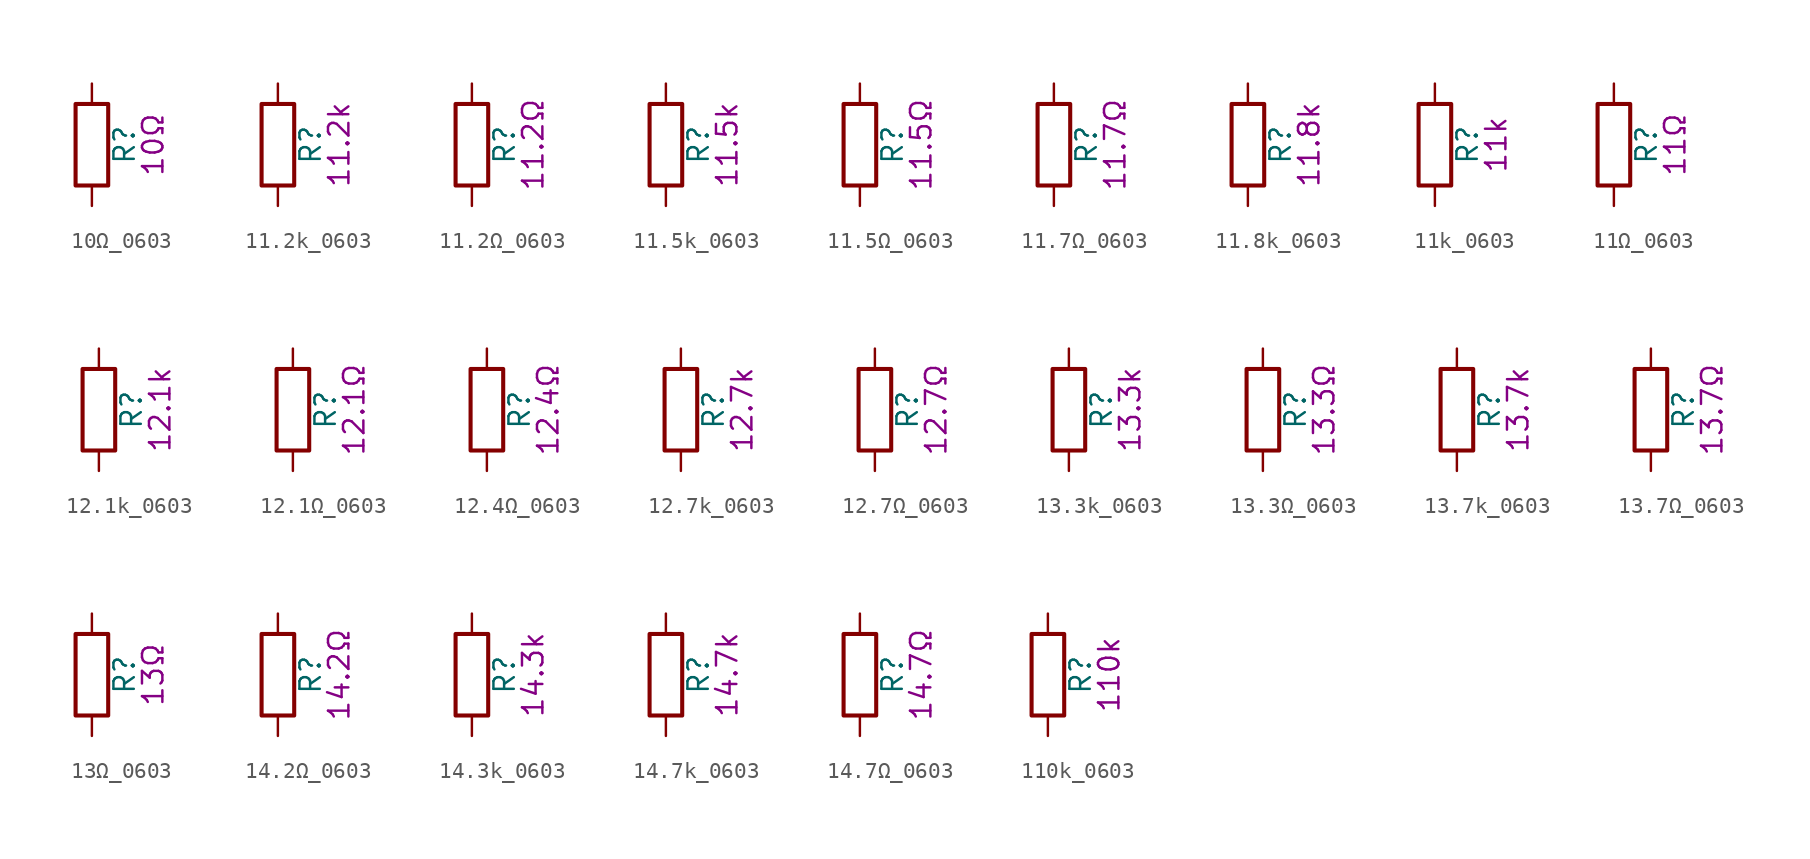
<source format=kicad_sym>
(kicad_symbol_lib
  (version 20211014)
  (generator kicad_symbol_editor)
  (symbol "10Ω_0603"
    (pin_numbers hide)
    (pin_names
      (offset 0))
    (property "Reference" "R"
      (at 2.032 0 90)
      (effects (font (size 1.27 1.27))))
    (property "Display" "10Ω"
      (at 3.81 0 90)
      (effects (font (size 1.27 1.27))))
    (symbol "10Ω_0603_0_1"
      (rectangle (start -1.016 -2.54) (end 1.016 2.54) (stroke (width 0.254) (type default) (color 0 0 0 0)) (fill (type none))))
    (symbol "10Ω_0603_1_1"
      (pin passive line (at 0 3.81 270) (length 1.27) (name "~" (effects (font (size 1.27 1.27)))) (number "1" (effects (font (size 1.27 1.27)))))
      (pin passive line (at 0 -3.81 90) (length 1.27) (name "~" (effects (font (size 1.27 1.27)))) (number "2" (effects (font (size 1.27 1.27)))))))
  (symbol "11.2k_0603"
    (pin_numbers hide)
    (pin_names
      (offset 0))
    (property "Reference" "R"
      (at 2.032 0 90)
      (effects (font (size 1.27 1.27))))
    (property "Display" "11.2k"
      (at 3.81 0 90)
      (effects (font (size 1.27 1.27))))
    (symbol "11.2k_0603_0_1"
      (rectangle (start -1.016 -2.54) (end 1.016 2.54) (stroke (width 0.254) (type default) (color 0 0 0 0)) (fill (type none))))
    (symbol "11.2k_0603_1_1"
      (pin passive line (at 0 3.81 270) (length 1.27) (name "~" (effects (font (size 1.27 1.27)))) (number "1" (effects (font (size 1.27 1.27)))))
      (pin passive line (at 0 -3.81 90) (length 1.27) (name "~" (effects (font (size 1.27 1.27)))) (number "2" (effects (font (size 1.27 1.27)))))))
  (symbol "11.2Ω_0603"
    (pin_numbers hide)
    (pin_names
      (offset 0))
    (property "Reference" "R"
      (at 2.032 0 90)
      (effects (font (size 1.27 1.27))))
    (property "Display" "11.2Ω"
      (at 3.81 0 90)
      (effects (font (size 1.27 1.27))))
    (symbol "11.2Ω_0603_0_1"
      (rectangle (start -1.016 -2.54) (end 1.016 2.54) (stroke (width 0.254) (type default) (color 0 0 0 0)) (fill (type none))))
    (symbol "11.2Ω_0603_1_1"
      (pin passive line (at 0 3.81 270) (length 1.27) (name "~" (effects (font (size 1.27 1.27)))) (number "1" (effects (font (size 1.27 1.27)))))
      (pin passive line (at 0 -3.81 90) (length 1.27) (name "~" (effects (font (size 1.27 1.27)))) (number "2" (effects (font (size 1.27 1.27)))))))
  (symbol "11.5k_0603"
    (pin_numbers hide)
    (pin_names
      (offset 0))
    (property "Reference" "R"
      (at 2.032 0 90)
      (effects (font (size 1.27 1.27))))
    (property "Display" "11.5k"
      (at 3.81 0 90)
      (effects (font (size 1.27 1.27))))
    (symbol "11.5k_0603_0_1"
      (rectangle (start -1.016 -2.54) (end 1.016 2.54) (stroke (width 0.254) (type default) (color 0 0 0 0)) (fill (type none))))
    (symbol "11.5k_0603_1_1"
      (pin passive line (at 0 3.81 270) (length 1.27) (name "~" (effects (font (size 1.27 1.27)))) (number "1" (effects (font (size 1.27 1.27)))))
      (pin passive line (at 0 -3.81 90) (length 1.27) (name "~" (effects (font (size 1.27 1.27)))) (number "2" (effects (font (size 1.27 1.27)))))))
  (symbol "11.5Ω_0603"
    (pin_numbers hide)
    (pin_names
      (offset 0))
    (property "Reference" "R"
      (at 2.032 0 90)
      (effects (font (size 1.27 1.27))))
    (property "Display" "11.5Ω"
      (at 3.81 0 90)
      (effects (font (size 1.27 1.27))))
    (symbol "11.5Ω_0603_0_1"
      (rectangle (start -1.016 -2.54) (end 1.016 2.54) (stroke (width 0.254) (type default) (color 0 0 0 0)) (fill (type none))))
    (symbol "11.5Ω_0603_1_1"
      (pin passive line (at 0 3.81 270) (length 1.27) (name "~" (effects (font (size 1.27 1.27)))) (number "1" (effects (font (size 1.27 1.27)))))
      (pin passive line (at 0 -3.81 90) (length 1.27) (name "~" (effects (font (size 1.27 1.27)))) (number "2" (effects (font (size 1.27 1.27)))))))
  (symbol "11.7Ω_0603"
    (pin_numbers hide)
    (pin_names
      (offset 0))
    (property "Reference" "R"
      (at 2.032 0 90)
      (effects (font (size 1.27 1.27))))
    (property "Display" "11.7Ω"
      (at 3.81 0 90)
      (effects (font (size 1.27 1.27))))
    (symbol "11.7Ω_0603_0_1"
      (rectangle (start -1.016 -2.54) (end 1.016 2.54) (stroke (width 0.254) (type default) (color 0 0 0 0)) (fill (type none))))
    (symbol "11.7Ω_0603_1_1"
      (pin passive line (at 0 3.81 270) (length 1.27) (name "~" (effects (font (size 1.27 1.27)))) (number "1" (effects (font (size 1.27 1.27)))))
      (pin passive line (at 0 -3.81 90) (length 1.27) (name "~" (effects (font (size 1.27 1.27)))) (number "2" (effects (font (size 1.27 1.27)))))))
  (symbol "11.8k_0603"
    (pin_numbers hide)
    (pin_names
      (offset 0))
    (property "Reference" "R"
      (at 2.032 0 90)
      (effects (font (size 1.27 1.27))))
    (property "Display" "11.8k"
      (at 3.81 0 90)
      (effects (font (size 1.27 1.27))))
    (symbol "11.8k_0603_0_1"
      (rectangle (start -1.016 -2.54) (end 1.016 2.54) (stroke (width 0.254) (type default) (color 0 0 0 0)) (fill (type none))))
    (symbol "11.8k_0603_1_1"
      (pin passive line (at 0 3.81 270) (length 1.27) (name "~" (effects (font (size 1.27 1.27)))) (number "1" (effects (font (size 1.27 1.27)))))
      (pin passive line (at 0 -3.81 90) (length 1.27) (name "~" (effects (font (size 1.27 1.27)))) (number "2" (effects (font (size 1.27 1.27)))))))
  (symbol "11k_0603"
    (pin_numbers hide)
    (pin_names
      (offset 0))
    (property "Reference" "R"
      (at 2.032 0 90)
      (effects (font (size 1.27 1.27))))
    (property "Display" "11k"
      (at 3.81 0 90)
      (effects (font (size 1.27 1.27))))
    (symbol "11k_0603_0_1"
      (rectangle (start -1.016 -2.54) (end 1.016 2.54) (stroke (width 0.254) (type default) (color 0 0 0 0)) (fill (type none))))
    (symbol "11k_0603_1_1"
      (pin passive line (at 0 3.81 270) (length 1.27) (name "~" (effects (font (size 1.27 1.27)))) (number "1" (effects (font (size 1.27 1.27)))))
      (pin passive line (at 0 -3.81 90) (length 1.27) (name "~" (effects (font (size 1.27 1.27)))) (number "2" (effects (font (size 1.27 1.27)))))))
  (symbol "11Ω_0603"
    (pin_numbers hide)
    (pin_names
      (offset 0))
    (property "Reference" "R"
      (at 2.032 0 90)
      (effects (font (size 1.27 1.27))))
    (property "Display" "11Ω"
      (at 3.81 0 90)
      (effects (font (size 1.27 1.27))))
    (symbol "11Ω_0603_0_1"
      (rectangle (start -1.016 -2.54) (end 1.016 2.54) (stroke (width 0.254) (type default) (color 0 0 0 0)) (fill (type none))))
    (symbol "11Ω_0603_1_1"
      (pin passive line (at 0 3.81 270) (length 1.27) (name "~" (effects (font (size 1.27 1.27)))) (number "1" (effects (font (size 1.27 1.27)))))
      (pin passive line (at 0 -3.81 90) (length 1.27) (name "~" (effects (font (size 1.27 1.27)))) (number "2" (effects (font (size 1.27 1.27)))))))
  (symbol "12.1k_0603"
    (pin_numbers hide)
    (pin_names
      (offset 0))
    (property "Reference" "R"
      (at 2.032 0 90)
      (effects (font (size 1.27 1.27))))
    (property "Display" "12.1k"
      (at 3.81 0 90)
      (effects (font (size 1.27 1.27))))
    (symbol "12.1k_0603_0_1"
      (rectangle (start -1.016 -2.54) (end 1.016 2.54) (stroke (width 0.254) (type default) (color 0 0 0 0)) (fill (type none))))
    (symbol "12.1k_0603_1_1"
      (pin passive line (at 0 3.81 270) (length 1.27) (name "~" (effects (font (size 1.27 1.27)))) (number "1" (effects (font (size 1.27 1.27)))))
      (pin passive line (at 0 -3.81 90) (length 1.27) (name "~" (effects (font (size 1.27 1.27)))) (number "2" (effects (font (size 1.27 1.27)))))))
  (symbol "12.1Ω_0603"
    (pin_numbers hide)
    (pin_names
      (offset 0))
    (property "Reference" "R"
      (at 2.032 0 90)
      (effects (font (size 1.27 1.27))))
    (property "Display" "12.1Ω"
      (at 3.81 0 90)
      (effects (font (size 1.27 1.27))))
    (symbol "12.1Ω_0603_0_1"
      (rectangle (start -1.016 -2.54) (end 1.016 2.54) (stroke (width 0.254) (type default) (color 0 0 0 0)) (fill (type none))))
    (symbol "12.1Ω_0603_1_1"
      (pin passive line (at 0 3.81 270) (length 1.27) (name "~" (effects (font (size 1.27 1.27)))) (number "1" (effects (font (size 1.27 1.27)))))
      (pin passive line (at 0 -3.81 90) (length 1.27) (name "~" (effects (font (size 1.27 1.27)))) (number "2" (effects (font (size 1.27 1.27)))))))
  (symbol "12.4Ω_0603"
    (pin_numbers hide)
    (pin_names
      (offset 0))
    (property "Reference" "R"
      (at 2.032 0 90)
      (effects (font (size 1.27 1.27))))
    (property "Display" "12.4Ω"
      (at 3.81 0 90)
      (effects (font (size 1.27 1.27))))
    (symbol "12.4Ω_0603_0_1"
      (rectangle (start -1.016 -2.54) (end 1.016 2.54) (stroke (width 0.254) (type default) (color 0 0 0 0)) (fill (type none))))
    (symbol "12.4Ω_0603_1_1"
      (pin passive line (at 0 3.81 270) (length 1.27) (name "~" (effects (font (size 1.27 1.27)))) (number "1" (effects (font (size 1.27 1.27)))))
      (pin passive line (at 0 -3.81 90) (length 1.27) (name "~" (effects (font (size 1.27 1.27)))) (number "2" (effects (font (size 1.27 1.27)))))))
  (symbol "12.7k_0603"
    (pin_numbers hide)
    (pin_names
      (offset 0))
    (property "Reference" "R"
      (at 2.032 0 90)
      (effects (font (size 1.27 1.27))))
    (property "Display" "12.7k"
      (at 3.81 0 90)
      (effects (font (size 1.27 1.27))))
    (symbol "12.7k_0603_0_1"
      (rectangle (start -1.016 -2.54) (end 1.016 2.54) (stroke (width 0.254) (type default) (color 0 0 0 0)) (fill (type none))))
    (symbol "12.7k_0603_1_1"
      (pin passive line (at 0 3.81 270) (length 1.27) (name "~" (effects (font (size 1.27 1.27)))) (number "1" (effects (font (size 1.27 1.27)))))
      (pin passive line (at 0 -3.81 90) (length 1.27) (name "~" (effects (font (size 1.27 1.27)))) (number "2" (effects (font (size 1.27 1.27)))))))
  (symbol "12.7Ω_0603"
    (pin_numbers hide)
    (pin_names
      (offset 0))
    (property "Reference" "R"
      (at 2.032 0 90)
      (effects (font (size 1.27 1.27))))
    (property "Display" "12.7Ω"
      (at 3.81 0 90)
      (effects (font (size 1.27 1.27))))
    (symbol "12.7Ω_0603_0_1"
      (rectangle (start -1.016 -2.54) (end 1.016 2.54) (stroke (width 0.254) (type default) (color 0 0 0 0)) (fill (type none))))
    (symbol "12.7Ω_0603_1_1"
      (pin passive line (at 0 3.81 270) (length 1.27) (name "~" (effects (font (size 1.27 1.27)))) (number "1" (effects (font (size 1.27 1.27)))))
      (pin passive line (at 0 -3.81 90) (length 1.27) (name "~" (effects (font (size 1.27 1.27)))) (number "2" (effects (font (size 1.27 1.27)))))))
  (symbol "13.3k_0603"
    (pin_numbers hide)
    (pin_names
      (offset 0))
    (property "Reference" "R"
      (at 2.032 0 90)
      (effects (font (size 1.27 1.27))))
    (property "Display" "13.3k"
      (at 3.81 0 90)
      (effects (font (size 1.27 1.27))))
    (symbol "13.3k_0603_0_1"
      (rectangle (start -1.016 -2.54) (end 1.016 2.54) (stroke (width 0.254) (type default) (color 0 0 0 0)) (fill (type none))))
    (symbol "13.3k_0603_1_1"
      (pin passive line (at 0 3.81 270) (length 1.27) (name "~" (effects (font (size 1.27 1.27)))) (number "1" (effects (font (size 1.27 1.27)))))
      (pin passive line (at 0 -3.81 90) (length 1.27) (name "~" (effects (font (size 1.27 1.27)))) (number "2" (effects (font (size 1.27 1.27)))))))
  (symbol "13.3Ω_0603"
    (pin_numbers hide)
    (pin_names
      (offset 0))
    (property "Reference" "R"
      (at 2.032 0 90)
      (effects (font (size 1.27 1.27))))
    (property "Display" "13.3Ω"
      (at 3.81 0 90)
      (effects (font (size 1.27 1.27))))
    (symbol "13.3Ω_0603_0_1"
      (rectangle (start -1.016 -2.54) (end 1.016 2.54) (stroke (width 0.254) (type default) (color 0 0 0 0)) (fill (type none))))
    (symbol "13.3Ω_0603_1_1"
      (pin passive line (at 0 3.81 270) (length 1.27) (name "~" (effects (font (size 1.27 1.27)))) (number "1" (effects (font (size 1.27 1.27)))))
      (pin passive line (at 0 -3.81 90) (length 1.27) (name "~" (effects (font (size 1.27 1.27)))) (number "2" (effects (font (size 1.27 1.27)))))))
  (symbol "13.7k_0603"
    (pin_numbers hide)
    (pin_names
      (offset 0))
    (property "Reference" "R"
      (at 2.032 0 90)
      (effects (font (size 1.27 1.27))))
    (property "Display" "13.7k"
      (at 3.81 0 90)
      (effects (font (size 1.27 1.27))))
    (symbol "13.7k_0603_0_1"
      (rectangle (start -1.016 -2.54) (end 1.016 2.54) (stroke (width 0.254) (type default) (color 0 0 0 0)) (fill (type none))))
    (symbol "13.7k_0603_1_1"
      (pin passive line (at 0 3.81 270) (length 1.27) (name "~" (effects (font (size 1.27 1.27)))) (number "1" (effects (font (size 1.27 1.27)))))
      (pin passive line (at 0 -3.81 90) (length 1.27) (name "~" (effects (font (size 1.27 1.27)))) (number "2" (effects (font (size 1.27 1.27)))))))
  (symbol "13.7Ω_0603"
    (pin_numbers hide)
    (pin_names
      (offset 0))
    (property "Reference" "R"
      (at 2.032 0 90)
      (effects (font (size 1.27 1.27))))
    (property "Display" "13.7Ω"
      (at 3.81 0 90)
      (effects (font (size 1.27 1.27))))
    (symbol "13.7Ω_0603_0_1"
      (rectangle (start -1.016 -2.54) (end 1.016 2.54) (stroke (width 0.254) (type default) (color 0 0 0 0)) (fill (type none))))
    (symbol "13.7Ω_0603_1_1"
      (pin passive line (at 0 3.81 270) (length 1.27) (name "~" (effects (font (size 1.27 1.27)))) (number "1" (effects (font (size 1.27 1.27)))))
      (pin passive line (at 0 -3.81 90) (length 1.27) (name "~" (effects (font (size 1.27 1.27)))) (number "2" (effects (font (size 1.27 1.27)))))))
  (symbol "13Ω_0603"
    (pin_numbers hide)
    (pin_names
      (offset 0))
    (property "Reference" "R"
      (at 2.032 0 90)
      (effects (font (size 1.27 1.27))))
    (property "Display" "13Ω"
      (at 3.81 0 90)
      (effects (font (size 1.27 1.27))))
    (symbol "13Ω_0603_0_1"
      (rectangle (start -1.016 -2.54) (end 1.016 2.54) (stroke (width 0.254) (type default) (color 0 0 0 0)) (fill (type none))))
    (symbol "13Ω_0603_1_1"
      (pin passive line (at 0 3.81 270) (length 1.27) (name "~" (effects (font (size 1.27 1.27)))) (number "1" (effects (font (size 1.27 1.27)))))
      (pin passive line (at 0 -3.81 90) (length 1.27) (name "~" (effects (font (size 1.27 1.27)))) (number "2" (effects (font (size 1.27 1.27)))))))
  (symbol "14.2Ω_0603"
    (pin_numbers hide)
    (pin_names
      (offset 0))
    (property "Reference" "R"
      (at 2.032 0 90)
      (effects (font (size 1.27 1.27))))
    (property "Display" "14.2Ω"
      (at 3.81 0 90)
      (effects (font (size 1.27 1.27))))
    (symbol "14.2Ω_0603_0_1"
      (rectangle (start -1.016 -2.54) (end 1.016 2.54) (stroke (width 0.254) (type default) (color 0 0 0 0)) (fill (type none))))
    (symbol "14.2Ω_0603_1_1"
      (pin passive line (at 0 3.81 270) (length 1.27) (name "~" (effects (font (size 1.27 1.27)))) (number "1" (effects (font (size 1.27 1.27)))))
      (pin passive line (at 0 -3.81 90) (length 1.27) (name "~" (effects (font (size 1.27 1.27)))) (number "2" (effects (font (size 1.27 1.27)))))))
  (symbol "14.3k_0603"
    (pin_numbers hide)
    (pin_names
      (offset 0))
    (property "Reference" "R"
      (at 2.032 0 90)
      (effects (font (size 1.27 1.27))))
    (property "Display" "14.3k"
      (at 3.81 0 90)
      (effects (font (size 1.27 1.27))))
    (symbol "14.3k_0603_0_1"
      (rectangle (start -1.016 -2.54) (end 1.016 2.54) (stroke (width 0.254) (type default) (color 0 0 0 0)) (fill (type none))))
    (symbol "14.3k_0603_1_1"
      (pin passive line (at 0 3.81 270) (length 1.27) (name "~" (effects (font (size 1.27 1.27)))) (number "1" (effects (font (size 1.27 1.27)))))
      (pin passive line (at 0 -3.81 90) (length 1.27) (name "~" (effects (font (size 1.27 1.27)))) (number "2" (effects (font (size 1.27 1.27)))))))
  (symbol "14.7k_0603"
    (pin_numbers hide)
    (pin_names
      (offset 0))
    (property "Reference" "R"
      (at 2.032 0 90)
      (effects (font (size 1.27 1.27))))
    (property "Display" "14.7k"
      (at 3.81 0 90)
      (effects (font (size 1.27 1.27))))
    (symbol "14.7k_0603_0_1"
      (rectangle (start -1.016 -2.54) (end 1.016 2.54) (stroke (width 0.254) (type default) (color 0 0 0 0)) (fill (type none))))
    (symbol "14.7k_0603_1_1"
      (pin passive line (at 0 3.81 270) (length 1.27) (name "~" (effects (font (size 1.27 1.27)))) (number "1" (effects (font (size 1.27 1.27)))))
      (pin passive line (at 0 -3.81 90) (length 1.27) (name "~" (effects (font (size 1.27 1.27)))) (number "2" (effects (font (size 1.27 1.27)))))))
  (symbol "14.7Ω_0603"
    (pin_numbers hide)
    (pin_names
      (offset 0))
    (property "Reference" "R"
      (at 2.032 0 90)
      (effects (font (size 1.27 1.27))))
    (property "Display" "14.7Ω"
      (at 3.81 0 90)
      (effects (font (size 1.27 1.27))))
    (symbol "14.7Ω_0603_0_1"
      (rectangle (start -1.016 -2.54) (end 1.016 2.54) (stroke (width 0.254) (type default) (color 0 0 0 0)) (fill (type none))))
    (symbol "14.7Ω_0603_1_1"
      (pin passive line (at 0 3.81 270) (length 1.27) (name "~" (effects (font (size 1.27 1.27)))) (number "1" (effects (font (size 1.27 1.27)))))
      (pin passive line (at 0 -3.81 90) (length 1.27) (name "~" (effects (font (size 1.27 1.27)))) (number "2" (effects (font (size 1.27 1.27)))))))
  (symbol "110k_0603"
    (pin_numbers hide)
    (pin_names
      (offset 0))
    (property "Reference" "R"
      (at 2.032 0 90)
      (effects (font (size 1.27 1.27))))
    (property "Display" "110k"
      (at 3.81 0 90)
      (effects (font (size 1.27 1.27))))
    (symbol "110k_0603_0_1"
      (rectangle (start -1.016 -2.54) (end 1.016 2.54) (stroke (width 0.254) (type default) (color 0 0 0 0)) (fill (type none))))
    (symbol "110k_0603_1_1"
      (pin passive line (at 0 3.81 270) (length 1.27) (name "~" (effects (font (size 1.27 1.27)))) (number "1" (effects (font (size 1.27 1.27)))))
      (pin passive line (at 0 -3.81 90) (length 1.27) (name "~" (effects (font (size 1.27 1.27)))) (number "2" (effects (font (size 1.27 1.27))))))))
</source>
